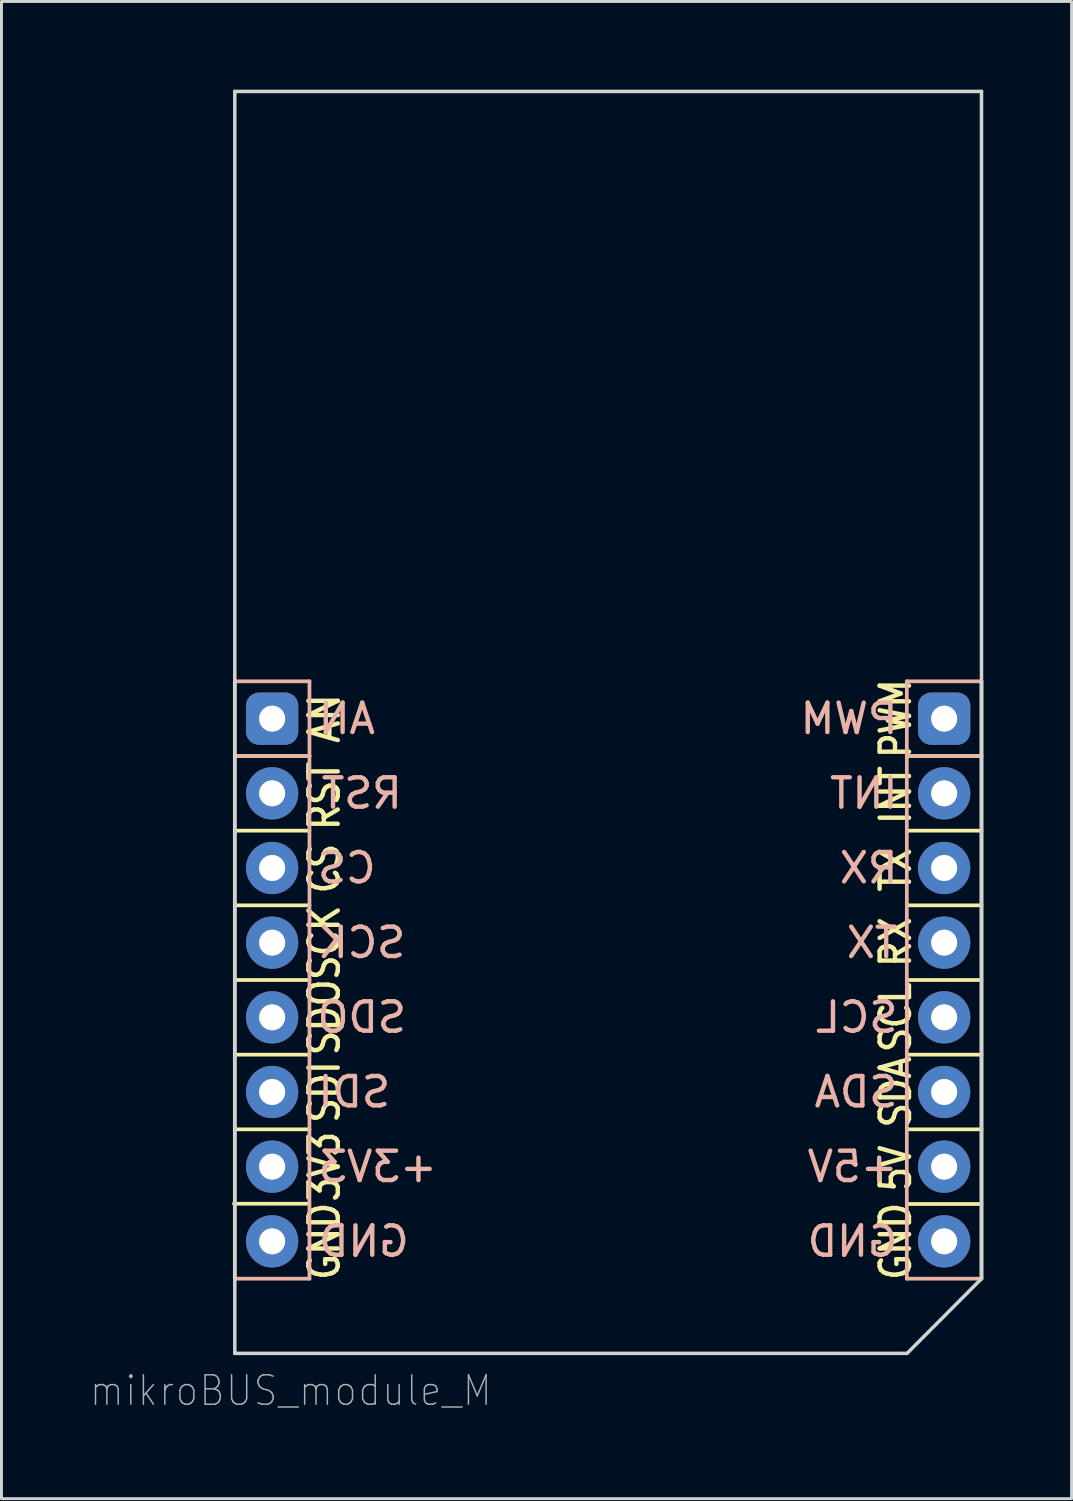
<source format=kicad_pcb>
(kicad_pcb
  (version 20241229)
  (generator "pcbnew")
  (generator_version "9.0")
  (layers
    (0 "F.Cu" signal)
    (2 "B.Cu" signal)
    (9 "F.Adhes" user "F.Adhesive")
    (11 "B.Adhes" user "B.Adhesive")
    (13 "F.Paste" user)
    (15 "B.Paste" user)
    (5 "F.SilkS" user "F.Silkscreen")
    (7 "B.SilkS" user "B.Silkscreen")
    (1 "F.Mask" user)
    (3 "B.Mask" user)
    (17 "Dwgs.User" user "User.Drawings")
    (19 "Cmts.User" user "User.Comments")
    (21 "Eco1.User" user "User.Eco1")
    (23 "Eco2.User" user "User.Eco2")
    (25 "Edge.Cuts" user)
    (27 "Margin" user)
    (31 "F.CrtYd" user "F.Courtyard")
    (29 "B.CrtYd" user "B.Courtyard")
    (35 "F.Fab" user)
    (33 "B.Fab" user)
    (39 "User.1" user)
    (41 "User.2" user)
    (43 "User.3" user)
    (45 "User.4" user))
  (footprint "mikroBUS_module_M"
    (layer "F.Cu")
    (at 6.207 21.396)
    (property "Reference" "mikroBUS_module_M" (at 0.635 22.86 0) (layer "F.Fab") (effects (font (size 1 0.9) (thickness 0.05))))
    (attr through_hole exclude_from_pos_files exclude_from_bom allow_missing_courtyard)
    (fp_line (start -1.3 16.5) (end 1.24 16.5) (stroke (width 0.127) (type solid)) (layer "F.SilkS"))
    (fp_line (start -1.27 1.27) (end 1.27 1.27) (stroke (width 0.127) (type solid)) (layer "F.SilkS"))
    (fp_line (start -1.27 3.81) (end 1.27 3.81) (stroke (width 0.127) (type solid)) (layer "F.SilkS"))
    (fp_line (start -1.27 6.35) (end 1.27 6.35) (stroke (width 0.127) (type solid)) (layer "F.SilkS"))
    (fp_line (start -1.27 8.89) (end 1.27 8.89) (stroke (width 0.127) (type solid)) (layer "F.SilkS"))
    (fp_line (start -1.27 11.43) (end 1.27 11.43) (stroke (width 0.127) (type solid)) (layer "F.SilkS"))
    (fp_line (start -1.27 13.97) (end 1.27 13.97) (stroke (width 0.127) (type solid)) (layer "F.SilkS"))
    (fp_line (start 21.59 1.27) (end 24.13 1.27) (stroke (width 0.127) (type solid)) (layer "F.SilkS"))
    (fp_line (start 21.59 3.81) (end 24.13 3.81) (stroke (width 0.127) (type solid)) (layer "F.SilkS"))
    (fp_line (start 21.59 6.35) (end 24.13 6.35) (stroke (width 0.127) (type solid)) (layer "F.SilkS"))
    (fp_line (start 21.59 8.89) (end 24.13 8.89) (stroke (width 0.127) (type solid)) (layer "F.SilkS"))
    (fp_line (start 21.59 11.43) (end 24.13 11.43) (stroke (width 0.127) (type solid)) (layer "F.SilkS"))
    (fp_line (start 21.59 13.97) (end 24.13 13.97) (stroke (width 0.127) (type solid)) (layer "F.SilkS"))
    (fp_line (start 21.59 16.51) (end 24.13 16.51) (stroke (width 0.127) (type solid)) (layer "F.SilkS"))
    (fp_line (start -1.27 -1.27) (end -1.27 1.27) (stroke (width 0.127) (type solid)) (layer "B.SilkS"))
    (fp_line (start -1.27 1.27) (end -1.27 19.05) (stroke (width 0.127) (type solid)) (layer "B.SilkS"))
    (fp_line (start -1.27 1.27) (end 1.27 1.27) (stroke (width 0.127) (type solid)) (layer "B.SilkS"))
    (fp_line (start -1.27 19.05) (end 1.27 19.05) (stroke (width 0.127) (type solid)) (layer "B.SilkS"))
    (fp_line (start 1.27 -1.27) (end -1.27 -1.27) (stroke (width 0.127) (type solid)) (layer "B.SilkS"))
    (fp_line (start 1.27 1.27) (end 1.27 -1.27) (stroke (width 0.127) (type solid)) (layer "B.SilkS"))
    (fp_line (start 1.27 19.05) (end 1.27 1.27) (stroke (width 0.127) (type solid)) (layer "B.SilkS"))
    (fp_line (start 21.59 -1.27) (end 21.59 1.27) (stroke (width 0.127) (type solid)) (layer "B.SilkS"))
    (fp_line (start 21.59 -1.27) (end 24.13 -1.27) (stroke (width 0.127) (type solid)) (layer "B.SilkS"))
    (fp_line (start 21.59 1.27) (end 21.59 19.05) (stroke (width 0.127) (type solid)) (layer "B.SilkS"))
    (fp_line (start 21.59 1.27) (end 24.13 1.27) (stroke (width 0.127) (type solid)) (layer "B.SilkS"))
    (fp_line (start 21.59 19.05) (end 24.13 19.05) (stroke (width 0.127) (type solid)) (layer "B.SilkS"))
    (fp_line (start 24.13 -1.27) (end 24.13 19.05) (stroke (width 0.127) (type solid)) (layer "B.SilkS"))
    (fp_line (start -1.27 -21.336) (end 24.13 -21.336) (stroke (width 0.12) (type default)) (layer "Edge.Cuts"))
    (fp_line (start -1.27 21.59) (end -1.27 -21.336) (stroke (width 0.12) (type default)) (layer "Edge.Cuts"))
    (fp_line (start 21.6 21.59) (end -1.27 21.59) (stroke (width 0.12) (type default)) (layer "Edge.Cuts"))
    (fp_line (start 21.6 21.59) (end 24.13 19.05) (stroke (width 0.12) (type default)) (layer "Edge.Cuts"))
    (fp_line (start 24.13 -21.336) (end 24.13 19.05) (stroke (width 0.12) (type default)) (layer "Edge.Cuts"))
    (fp_line (start -1.27 -21.336) (end 24.13 -21.336) (stroke (width 0.12) (type default)) (layer "Margin"))
    (fp_line (start -1.27 21.59) (end -1.27 -21.336) (stroke (width 0.12) (type default)) (layer "Margin"))
    (fp_line (start 21.59 21.59) (end -1.27 21.59) (stroke (width 0.12) (type default)) (layer "Margin"))
    (fp_line (start 24.13 -21.336) (end 24.13 19.05) (stroke (width 0.12) (type default)) (layer "Margin"))
    (fp_line (start 24.13 19.05) (end 21.59 21.59) (stroke (width 0.12) (type default)) (layer "Margin"))
    (fp_text user "SDA" (at 21.209 12.7 90) (layer "F.SilkS") (effects (font (size 1 0.85) (thickness 0.15) (bold yes))))
    (fp_text user "AN" (at 1.778 0 90) (layer "F.SilkS") (effects (font (size 1 0.85) (thickness 0.15))))
    (fp_text user "SCK" (at 1.778 7.62 90) (layer "F.SilkS") (effects (font (size 1 0.85) (thickness 0.15))))
    (fp_text user "SDI" (at 1.778 12.7 90) (layer "F.SilkS") (effects (font (size 1 0.85) (thickness 0.15) (bold yes))))
    (fp_text user "PWM" (at 21.209 0 90) (layer "F.SilkS") (effects (font (size 1 0.8) (thickness 0.15) (bold yes))))
    (fp_text user "GND" (at 1.778 17.78 90) (layer "F.SilkS") (effects (font (size 1 0.85) (thickness 0.15) (bold yes))))
    (fp_text user "INT" (at 21.209 2.6 90) (layer "F.SilkS") (effects (font (size 1 0.85) (thickness 0.15) (bold yes))))
    (fp_text user "TX" (at 21.209 5.141 90) (layer "F.SilkS") (effects (font (size 1 0.85) (thickness 0.15) (bold yes))))
    (fp_text user "RST" (at 1.778 2.624 90) (layer "F.SilkS") (effects (font (size 1 0.85) (thickness 0.15))))
    (fp_text user "CS" (at 1.778 5.1 90) (layer "F.SilkS") (effects (font (size 1 0.85) (thickness 0.15))))
    (fp_text user "3V3" (at 1.778 15.24 90) (layer "F.SilkS") (effects (font (size 1 0.85) (thickness 0.15) (bold yes))))
    (fp_text user "RX" (at 21.209 7.6 90) (layer "F.SilkS") (effects (font (size 1 0.85) (thickness 0.15) (bold yes))))
    (fp_text user "SCL" (at 21.209 10.16 90) (layer "F.SilkS") (effects (font (size 1 0.85) (thickness 0.15) (bold yes))))
    (fp_text user "SDO" (at 1.778 10.16 90) (layer "F.SilkS") (effects (font (size 1 0.85) (thickness 0.15))))
    (fp_text user "GND" (at 21.209 17.78 90) (layer "F.SilkS") (effects (font (size 1 0.85) (thickness 0.15) (bold yes))))
    (fp_text user "5V" (at 21.209 15.3 90) (layer "F.SilkS") (effects (font (size 1 0.85) (thickness 0.15) (bold yes))))
    (fp_text user "INT" (at 20.125 2.54 0) (layer "B.SilkS") (effects (font (size 1 1) (thickness 0.15)) (justify mirror)))
    (fp_text user "RST" (at 3.048 2.54 0) (layer "B.SilkS") (effects (font (size 1 1) (thickness 0.15)) (justify mirror)))
    (fp_text user "PWM" (at 19.625 0 0) (layer "B.SilkS") (effects (font (size 1 1) (thickness 0.15)) (justify mirror)))
    (fp_text user "AN" (at 2.54 0 0) (layer "B.SilkS") (effects (font (size 1 1) (thickness 0.15)) (justify mirror)))
    (fp_text user "+3V3" (at 3.596 15.24 0) (layer "B.SilkS") (effects (font (size 1 1) (thickness 0.15)) (justify mirror)))
    (fp_text user "RX" (at 20.291 5.08 0) (layer "B.SilkS") (effects (font (size 1 1) (thickness 0.15)) (justify mirror)))
    (fp_text user "GND" (at 3.12 17.78 0) (layer "B.SilkS") (effects (font (size 1 1) (thickness 0.15)) (justify mirror)))
    (fp_text user "GND" (at 19.744 17.78 0) (layer "B.SilkS") (effects (font (size 1 1) (thickness 0.15)) (justify mirror)))
    (fp_text user "SCK" (at 3.048 7.62 0) (layer "B.SilkS") (effects (font (size 1 1) (thickness 0.15)) (justify mirror)))
    (fp_text user "+5V" (at 19.744 15.24 0) (layer "B.SilkS") (effects (font (size 1 1) (thickness 0.15)) (justify mirror)))
    (fp_text user "CS" (at 2.54 5.08 0) (layer "B.SilkS") (effects (font (size 1 1) (thickness 0.15)) (justify mirror)))
    (fp_text user "SDO" (at 3.048 10.16 0) (layer "B.SilkS") (effects (font (size 1 1) (thickness 0.15)) (justify mirror)))
    (fp_text user "SCL" (at 19.887 10.16 0) (layer "B.SilkS") (effects (font (size 1 1) (thickness 0.15)) (justify mirror)))
    (fp_text user "SDA" (at 19.863 12.7 0) (layer "B.SilkS") (effects (font (size 1 1) (thickness 0.15)) (justify mirror)))
    (fp_text user "SDI" (at 2.794 12.7 0) (layer "B.SilkS") (effects (font (size 1 1) (thickness 0.15)) (justify mirror)))
    (fp_text user "TX" (at 20.411 7.62 0) (layer "B.SilkS") (effects (font (size 1 1) (thickness 0.15)) (justify mirror)))
    (pad "P1" thru_hole roundrect (at 0 0) (size 1.778 1.778) (drill 0.889) (layers "*.Cu" "*.Mask") (roundrect_rratio 0.25))
    (pad "P2" thru_hole circle (at 0 2.54) (size 1.778 1.778) (drill 0.889) (layers "*.Cu" "*.Mask"))
    (pad "P3" thru_hole circle (at 0 5.08) (size 1.778 1.778) (drill 0.889) (layers "*.Cu" "*.Mask"))
    (pad "P4" thru_hole circle (at 0 7.62) (size 1.778 1.778) (drill 0.889) (layers "*.Cu" "*.Mask"))
    (pad "P5" thru_hole circle (at 0 10.16) (size 1.778 1.778) (drill 0.889) (layers "*.Cu" "*.Mask"))
    (pad "P6" thru_hole circle (at 0 12.7) (size 1.778 1.778) (drill 0.889) (layers "*.Cu" "*.Mask"))
    (pad "P7" thru_hole circle (at 0 15.24) (size 1.778 1.778) (drill 0.889) (layers "*.Cu" "*.Mask"))
    (pad "P8" thru_hole circle (at 0 17.78) (size 1.778 1.778) (drill 0.889) (layers "*.Cu" "*.Mask"))
    (pad "P9" thru_hole circle (at 22.86 17.78) (size 1.778 1.778) (drill 0.889) (layers "*.Cu" "*.Mask"))
    (pad "P10" thru_hole circle (at 22.86 15.24) (size 1.778 1.778) (drill 0.889) (layers "*.Cu" "*.Mask"))
    (pad "P11" thru_hole circle (at 22.86 12.7) (size 1.778 1.778) (drill 0.889) (layers "*.Cu" "*.Mask"))
    (pad "P12" thru_hole circle (at 22.86 10.16) (size 1.778 1.778) (drill 0.889) (layers "*.Cu" "*.Mask"))
    (pad "P13" thru_hole circle (at 22.86 7.62) (size 1.778 1.778) (drill 0.889) (layers "*.Cu" "*.Mask"))
    (pad "P14" thru_hole circle (at 22.86 5.08) (size 1.778 1.778) (drill 0.889) (layers "*.Cu" "*.Mask"))
    (pad "P15" thru_hole circle (at 22.86 2.54) (size 1.778 1.778) (drill 0.889) (layers "*.Cu" "*.Mask"))
    (pad "P16" thru_hole roundrect (at 22.86 0) (size 1.778 1.778) (drill 0.889) (layers "*.Cu" "*.Mask") (roundrect_rratio 0.25)))
  (gr_rect
    (start -3 -3)
    (end 33.401 47.929)
    (stroke (width 0.1) (type default))
    (fill no)
    (layer "Edge.Cuts")))
</source>
